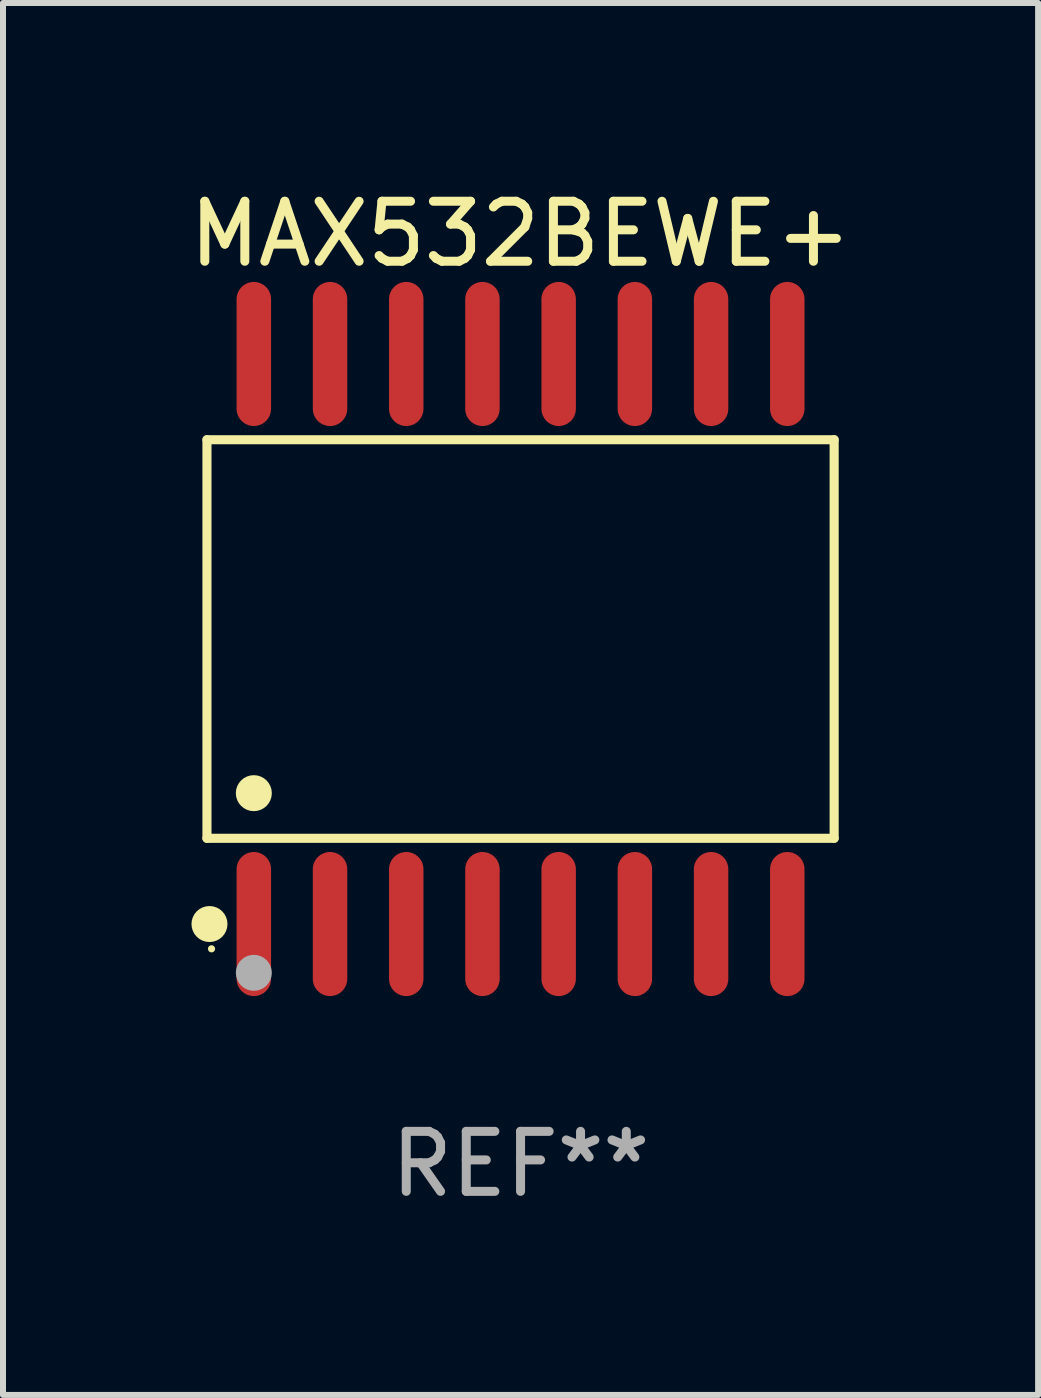
<source format=kicad_pcb>
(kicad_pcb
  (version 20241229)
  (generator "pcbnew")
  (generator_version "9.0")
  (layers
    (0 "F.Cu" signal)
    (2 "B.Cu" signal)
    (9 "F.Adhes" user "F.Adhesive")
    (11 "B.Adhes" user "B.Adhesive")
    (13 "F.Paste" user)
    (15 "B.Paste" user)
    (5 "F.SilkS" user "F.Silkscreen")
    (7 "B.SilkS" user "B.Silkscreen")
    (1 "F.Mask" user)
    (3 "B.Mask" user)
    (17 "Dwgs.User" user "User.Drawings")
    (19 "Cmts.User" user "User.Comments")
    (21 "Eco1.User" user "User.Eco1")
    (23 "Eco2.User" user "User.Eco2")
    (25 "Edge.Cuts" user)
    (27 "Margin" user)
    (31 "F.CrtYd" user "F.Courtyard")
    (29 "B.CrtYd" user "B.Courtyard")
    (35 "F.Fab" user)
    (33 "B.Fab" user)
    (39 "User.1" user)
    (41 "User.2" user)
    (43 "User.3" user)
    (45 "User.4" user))
  (footprint "MAX532BEWE+"
    (layer "F.Cu")
    (at 5.625 7.599)
    (property "Reference" "MAX532BEWE+" (at 0 -6.75 0) (layer "F.SilkS") (effects (font (size 1 1) (thickness 0.15))))
    (attr through_hole)
    (fp_line (start -5.226 -3.321) (end 5.226 -3.321) (stroke (width 0.152) (type solid)) (layer "F.SilkS"))
    (fp_line (start -5.226 3.321) (end -5.226 -3.321) (stroke (width 0.152) (type solid)) (layer "F.SilkS"))
    (fp_line (start 5.226 -3.321) (end 5.226 3.321) (stroke (width 0.152) (type solid)) (layer "F.SilkS"))
    (fp_line (start 5.226 3.321) (end -5.226 3.321) (stroke (width 0.152) (type solid)) (layer "F.SilkS"))
    (fp_circle (center -5.184 4.75) (end -5.034 4.75) (stroke (width 0.3) (type solid)) (fill no) (layer "F.SilkS"))
    (fp_circle (center -5.15 5.163) (end -5.12 5.163) (stroke (width 0.06) (type solid)) (fill no) (layer "F.SilkS"))
    (fp_circle (center -4.445 2.569) (end -4.295 2.569) (stroke (width 0.3) (type solid)) (fill no) (layer "F.SilkS"))
    (fp_circle (center -4.445 5.563) (end -4.295 5.563) (stroke (width 0.3) (type solid)) (fill no) (layer "F.Fab"))
    (fp_text user "REF**" (at 0 8.75 0) (layer "F.Fab") (effects (font (size 1 1) (thickness 0.15))))
    (pad "1" smd oval (at -4.445 4.75) (size 0.574 2.401) (layers "F.Cu" "F.Mask" "F.Paste"))
    (pad "2" smd oval (at -3.175 4.75) (size 0.574 2.401) (layers "F.Cu" "F.Mask" "F.Paste"))
    (pad "3" smd oval (at -1.905 4.75) (size 0.574 2.401) (layers "F.Cu" "F.Mask" "F.Paste"))
    (pad "4" smd oval (at -0.635 4.75) (size 0.574 2.401) (layers "F.Cu" "F.Mask" "F.Paste"))
    (pad "5" smd oval (at 0.635 4.75) (size 0.574 2.401) (layers "F.Cu" "F.Mask" "F.Paste"))
    (pad "6" smd oval (at 1.905 4.75) (size 0.574 2.401) (layers "F.Cu" "F.Mask" "F.Paste"))
    (pad "7" smd oval (at 3.175 4.75) (size 0.574 2.401) (layers "F.Cu" "F.Mask" "F.Paste"))
    (pad "8" smd oval (at 4.445 4.75) (size 0.574 2.401) (layers "F.Cu" "F.Mask" "F.Paste"))
    (pad "9" smd oval (at 4.445 -4.75) (size 0.574 2.401) (layers "F.Cu" "F.Mask" "F.Paste"))
    (pad "10" smd oval (at 3.175 -4.75) (size 0.574 2.401) (layers "F.Cu" "F.Mask" "F.Paste"))
    (pad "11" smd oval (at 1.905 -4.75) (size 0.574 2.401) (layers "F.Cu" "F.Mask" "F.Paste"))
    (pad "12" smd oval (at 0.635 -4.75) (size 0.574 2.401) (layers "F.Cu" "F.Mask" "F.Paste"))
    (pad "13" smd oval (at -0.635 -4.75) (size 0.574 2.401) (layers "F.Cu" "F.Mask" "F.Paste"))
    (pad "14" smd oval (at -1.905 -4.75) (size 0.574 2.401) (layers "F.Cu" "F.Mask" "F.Paste"))
    (pad "15" smd oval (at -3.175 -4.75) (size 0.574 2.401) (layers "F.Cu" "F.Mask" "F.Paste"))
    (pad "16" smd oval (at -4.445 -4.75) (size 0.574 2.401) (layers "F.Cu" "F.Mask" "F.Paste")))
  (gr_rect
    (start -3 -3)
    (end 14.25 20.197)
    (stroke (width 0.1) (type default))
    (fill no)
    (layer "Edge.Cuts")))
</source>
